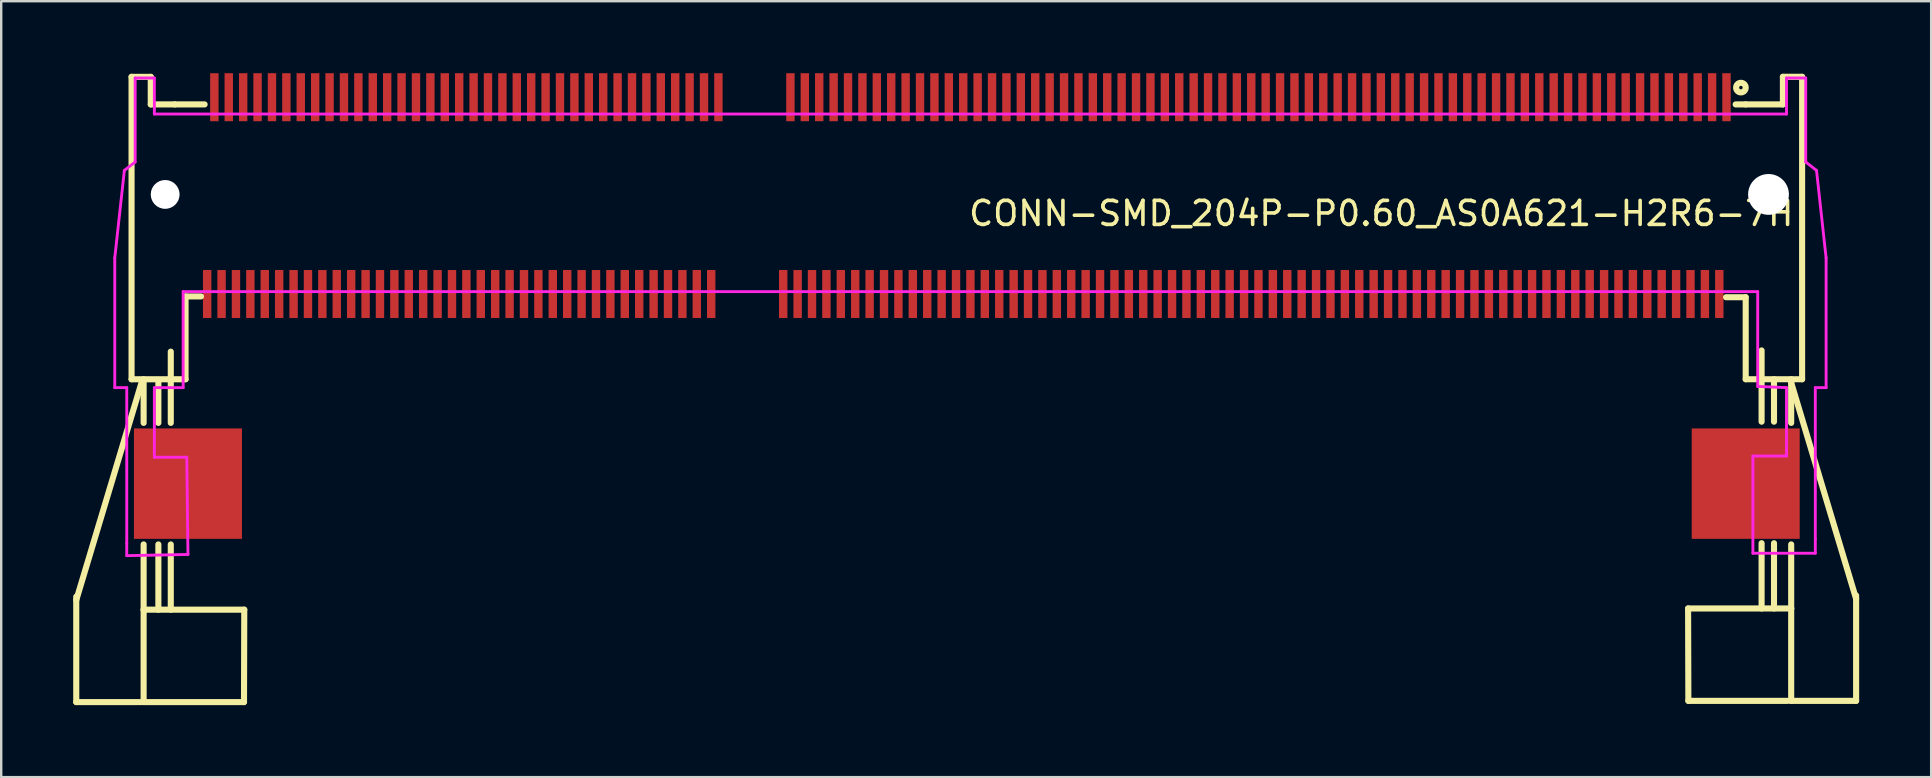
<source format=kicad_pcb>
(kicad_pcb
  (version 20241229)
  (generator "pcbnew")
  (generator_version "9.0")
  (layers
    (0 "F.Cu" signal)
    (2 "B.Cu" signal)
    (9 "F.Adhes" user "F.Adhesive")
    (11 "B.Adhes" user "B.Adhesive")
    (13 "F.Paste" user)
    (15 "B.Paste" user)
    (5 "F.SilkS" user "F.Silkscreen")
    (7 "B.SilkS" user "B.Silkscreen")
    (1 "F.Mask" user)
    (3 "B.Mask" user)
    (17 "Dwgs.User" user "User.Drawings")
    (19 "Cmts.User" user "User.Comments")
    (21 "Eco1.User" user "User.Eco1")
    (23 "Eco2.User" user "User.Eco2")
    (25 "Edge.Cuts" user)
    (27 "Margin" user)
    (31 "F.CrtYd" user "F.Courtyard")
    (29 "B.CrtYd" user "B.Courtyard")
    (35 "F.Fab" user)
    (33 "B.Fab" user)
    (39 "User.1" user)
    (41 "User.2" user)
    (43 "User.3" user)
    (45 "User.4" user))
  (footprint "CONN-SMD_204P-P0.60_AS0A621-H2R6-7H"
    (layer "F.Cu")
    (at 37.231 9.05)
    (property "Reference" "CONN-SMD_204P-P0.60_AS0A621-H2R6-7H" (at 0 -3.207 0) (layer "F.SilkS") (effects (font (size 1 1) (thickness 0.15)) (justify left)))
    (attr through_hole)
    (fp_line (start -37.104 12.901) (end -34.4 3.895) (stroke (width 0.254) (type solid)) (layer "F.SilkS"))
    (fp_line (start -37.104 17.151) (end -37.104 12.76) (stroke (width 0.254) (type solid)) (layer "F.SilkS"))
    (fp_line (start -37.104 17.151) (end -34.382 17.151) (stroke (width 0.254) (type solid)) (layer "F.SilkS"))
    (fp_line (start -34.8 -8.899) (end -34 -8.899) (stroke (width 0.254) (type solid)) (layer "F.SilkS"))
    (fp_line (start -34.8 3.701) (end -34.8 -8.899) (stroke (width 0.254) (type solid)) (layer "F.SilkS"))
    (fp_line (start -34.8 3.701) (end -32.55 3.701) (stroke (width 0.254) (type solid)) (layer "F.SilkS"))
    (fp_line (start -34.297 5.519) (end -34.297 3.701) (stroke (width 0.254) (type solid)) (layer "F.SilkS"))
    (fp_line (start -34.297 13.301) (end -34.297 10.581) (stroke (width 0.254) (type solid)) (layer "F.SilkS"))
    (fp_line (start -34.297 13.301) (end -34.297 17.151) (stroke (width 0.254) (type solid)) (layer "F.SilkS"))
    (fp_line (start -34.281 17.151) (end -30.115 17.151) (stroke (width 0.254) (type solid)) (layer "F.SilkS"))
    (fp_line (start -34 -8.899) (end -34 -7.75) (stroke (width 0.254) (type solid)) (layer "F.SilkS"))
    (fp_line (start -34 -7.75) (end -33 -7.75) (stroke (width 0.254) (type solid)) (layer "F.SilkS"))
    (fp_line (start -33.683 5.519) (end -33.683 3.75) (stroke (width 0.254) (type solid)) (layer "F.SilkS"))
    (fp_line (start -33.683 13.301) (end -33.683 10.582) (stroke (width 0.254) (type solid)) (layer "F.SilkS"))
    (fp_line (start -33.166 5.519) (end -33.166 2.55) (stroke (width 0.254) (type solid)) (layer "F.SilkS"))
    (fp_line (start -33.166 13.301) (end -33.166 10.582) (stroke (width 0.254) (type solid)) (layer "F.SilkS"))
    (fp_line (start -33 -7.75) (end -31.756 -7.75) (stroke (width 0.254) (type solid)) (layer "F.SilkS"))
    (fp_line (start -32.55 0.25) (end -31.906 0.25) (stroke (width 0.254) (type solid)) (layer "F.SilkS"))
    (fp_line (start -32.55 3.701) (end -32.55 0.25) (stroke (width 0.254) (type solid)) (layer "F.SilkS"))
    (fp_line (start -30.115 17.151) (end -30.104 13.301) (stroke (width 0.254) (type solid)) (layer "F.SilkS"))
    (fp_line (start -30.104 13.301) (end -34.297 13.301) (stroke (width 0.254) (type solid)) (layer "F.SilkS"))
    (fp_line (start 30.05 13.25) (end 34.345 13.25) (stroke (width 0.254) (type solid)) (layer "F.SilkS"))
    (fp_line (start 30.061 17.1) (end 30.05 13.25) (stroke (width 0.254) (type solid)) (layer "F.SilkS"))
    (fp_line (start 30.061 17.1) (end 34.2 17.1) (stroke (width 0.254) (type solid)) (layer "F.SilkS"))
    (fp_line (start 32.45 -7.75) (end 32.031 -7.75) (stroke (width 0.254) (type solid)) (layer "F.SilkS"))
    (fp_line (start 32.45 0.283) (end 31.631 0.283) (stroke (width 0.254) (type solid)) (layer "F.SilkS"))
    (fp_line (start 32.45 0.283) (end 32.45 3.7) (stroke (width 0.254) (type solid)) (layer "F.SilkS"))
    (fp_line (start 33.112 5.469) (end 33.112 2.5) (stroke (width 0.254) (type solid)) (layer "F.SilkS"))
    (fp_line (start 33.112 13.25) (end 33.112 10.531) (stroke (width 0.254) (type solid)) (layer "F.SilkS"))
    (fp_line (start 33.629 5.469) (end 33.629 3.7) (stroke (width 0.254) (type solid)) (layer "F.SilkS"))
    (fp_line (start 33.629 13.25) (end 33.629 10.531) (stroke (width 0.254) (type solid)) (layer "F.SilkS"))
    (fp_line (start 34 -8.9) (end 34 -7.75) (stroke (width 0.254) (type solid)) (layer "F.SilkS"))
    (fp_line (start 34 -7.75) (end 32.45 -7.75) (stroke (width 0.254) (type solid)) (layer "F.SilkS"))
    (fp_line (start 34.345 5.519) (end 34.345 3.7) (stroke (width 0.254) (type solid)) (layer "F.SilkS"))
    (fp_line (start 34.345 13.25) (end 34.345 10.581) (stroke (width 0.254) (type solid)) (layer "F.SilkS"))
    (fp_line (start 34.345 13.25) (end 34.345 17.1) (stroke (width 0.254) (type solid)) (layer "F.SilkS"))
    (fp_line (start 34.8 -8.9) (end 34 -8.9) (stroke (width 0.254) (type solid)) (layer "F.SilkS"))
    (fp_line (start 34.8 3.7) (end 32.45 3.7) (stroke (width 0.254) (type solid)) (layer "F.SilkS"))
    (fp_line (start 34.8 3.7) (end 34.8 -8.9) (stroke (width 0.254) (type solid)) (layer "F.SilkS"))
    (fp_line (start 37.05 12.85) (end 34.345 3.845) (stroke (width 0.254) (type solid)) (layer "F.SilkS"))
    (fp_line (start 37.05 17.1) (end 34.328 17.1) (stroke (width 0.254) (type solid)) (layer "F.SilkS"))
    (fp_line (start 37.05 17.1) (end 37.05 12.71) (stroke (width 0.254) (type solid)) (layer "F.SilkS"))
    (fp_circle (center 32.25 -8.45) (end 32.45 -8.45) (stroke (width 0.254) (type solid)) (fill no) (layer "F.SilkS"))
    (fp_circle (center -33.4 -4) (end -33.125 -4) (stroke (width 0.55) (type solid)) (fill no) (layer "Dwgs.User"))
    (fp_circle (center 33.4 -4) (end 33.8 -4) (stroke (width 0.8) (type solid)) (fill no) (layer "Dwgs.User"))
    (fp_circle (center 35.8 -8.85) (end 35.83 -8.85) (stroke (width 0.06) (type solid)) (fill no) (layer "Eco2.User"))
    (fp_poly (pts (xy -34.25 6.55) (xy -32.25 6.55) (xy -32.25 9.55) (xy -34.25 9.55)) (stroke (width 0.12) (type solid)) (fill no) (layer "Eco2.User"))
    (fp_poly (pts (xy -31.55 0.65) (xy -31.75 0.65) (xy -31.75 -0.85) (xy -31.55 -0.85)) (stroke (width 0.12) (type solid)) (fill no) (layer "Eco2.User"))
    (fp_poly (pts (xy -31.25 -7.25) (xy -31.45 -7.25) (xy -31.45 -8.85) (xy -31.25 -8.85)) (stroke (width 0.12) (type solid)) (fill no) (layer "Eco2.User"))
    (fp_poly (pts (xy -30.95 0.65) (xy -31.15 0.65) (xy -31.15 -0.85) (xy -30.95 -0.85)) (stroke (width 0.12) (type solid)) (fill no) (layer "Eco2.User"))
    (fp_poly (pts (xy -30.65 -7.25) (xy -30.85 -7.25) (xy -30.85 -8.85) (xy -30.65 -8.85)) (stroke (width 0.12) (type solid)) (fill no) (layer "Eco2.User"))
    (fp_poly (pts (xy -30.35 0.65) (xy -30.55 0.65) (xy -30.55 -0.85) (xy -30.35 -0.85)) (stroke (width 0.12) (type solid)) (fill no) (layer "Eco2.User"))
    (fp_poly (pts (xy -30.05 -7.25) (xy -30.25 -7.25) (xy -30.25 -8.85) (xy -30.05 -8.85)) (stroke (width 0.12) (type solid)) (fill no) (layer "Eco2.User"))
    (fp_poly (pts (xy -29.75 0.65) (xy -29.95 0.65) (xy -29.95 -0.85) (xy -29.75 -0.85)) (stroke (width 0.12) (type solid)) (fill no) (layer "Eco2.User"))
    (fp_poly (pts (xy -29.45 -7.25) (xy -29.65 -7.25) (xy -29.65 -8.85) (xy -29.45 -8.85)) (stroke (width 0.12) (type solid)) (fill no) (layer "Eco2.User"))
    (fp_poly (pts (xy -29.15 0.65) (xy -29.35 0.65) (xy -29.35 -0.85) (xy -29.15 -0.85)) (stroke (width 0.12) (type solid)) (fill no) (layer "Eco2.User"))
    (fp_poly (pts (xy -28.85 -7.25) (xy -29.05 -7.25) (xy -29.05 -8.85) (xy -28.85 -8.85)) (stroke (width 0.12) (type solid)) (fill no) (layer "Eco2.User"))
    (fp_poly (pts (xy -28.55 0.65) (xy -28.75 0.65) (xy -28.75 -0.85) (xy -28.55 -0.85)) (stroke (width 0.12) (type solid)) (fill no) (layer "Eco2.User"))
    (fp_poly (pts (xy -28.25 -7.25) (xy -28.45 -7.25) (xy -28.45 -8.85) (xy -28.25 -8.85)) (stroke (width 0.12) (type solid)) (fill no) (layer "Eco2.User"))
    (fp_poly (pts (xy -27.95 0.65) (xy -28.15 0.65) (xy -28.15 -0.85) (xy -27.95 -0.85)) (stroke (width 0.12) (type solid)) (fill no) (layer "Eco2.User"))
    (fp_poly (pts (xy -27.65 -7.25) (xy -27.85 -7.25) (xy -27.85 -8.85) (xy -27.65 -8.85)) (stroke (width 0.12) (type solid)) (fill no) (layer "Eco2.User"))
    (fp_poly (pts (xy -27.35 0.65) (xy -27.55 0.65) (xy -27.55 -0.85) (xy -27.35 -0.85)) (stroke (width 0.12) (type solid)) (fill no) (layer "Eco2.User"))
    (fp_poly (pts (xy -27.05 -7.25) (xy -27.25 -7.25) (xy -27.25 -8.85) (xy -27.05 -8.85)) (stroke (width 0.12) (type solid)) (fill no) (layer "Eco2.User"))
    (fp_poly (pts (xy -26.75 0.65) (xy -26.95 0.65) (xy -26.95 -0.85) (xy -26.75 -0.85)) (stroke (width 0.12) (type solid)) (fill no) (layer "Eco2.User"))
    (fp_poly (pts (xy -26.45 -7.25) (xy -26.65 -7.25) (xy -26.65 -8.85) (xy -26.45 -8.85)) (stroke (width 0.12) (type solid)) (fill no) (layer "Eco2.User"))
    (fp_poly (pts (xy -26.15 0.65) (xy -26.35 0.65) (xy -26.35 -0.85) (xy -26.15 -0.85)) (stroke (width 0.12) (type solid)) (fill no) (layer "Eco2.User"))
    (fp_poly (pts (xy -25.85 -7.25) (xy -26.05 -7.25) (xy -26.05 -8.85) (xy -25.85 -8.85)) (stroke (width 0.12) (type solid)) (fill no) (layer "Eco2.User"))
    (fp_poly (pts (xy -25.55 0.65) (xy -25.75 0.65) (xy -25.75 -0.85) (xy -25.55 -0.85)) (stroke (width 0.12) (type solid)) (fill no) (layer "Eco2.User"))
    (fp_poly (pts (xy -25.25 -7.25) (xy -25.45 -7.25) (xy -25.45 -8.85) (xy -25.25 -8.85)) (stroke (width 0.12) (type solid)) (fill no) (layer "Eco2.User"))
    (fp_poly (pts (xy -24.95 0.65) (xy -25.15 0.65) (xy -25.15 -0.85) (xy -24.95 -0.85)) (stroke (width 0.12) (type solid)) (fill no) (layer "Eco2.User"))
    (fp_poly (pts (xy -24.65 -7.25) (xy -24.85 -7.25) (xy -24.85 -8.85) (xy -24.65 -8.85)) (stroke (width 0.12) (type solid)) (fill no) (layer "Eco2.User"))
    (fp_poly (pts (xy -24.35 0.65) (xy -24.55 0.65) (xy -24.55 -0.85) (xy -24.35 -0.85)) (stroke (width 0.12) (type solid)) (fill no) (layer "Eco2.User"))
    (fp_poly (pts (xy -24.05 -7.25) (xy -24.25 -7.25) (xy -24.25 -8.85) (xy -24.05 -8.85)) (stroke (width 0.12) (type solid)) (fill no) (layer "Eco2.User"))
    (fp_poly (pts (xy -23.75 0.65) (xy -23.95 0.65) (xy -23.95 -0.85) (xy -23.75 -0.85)) (stroke (width 0.12) (type solid)) (fill no) (layer "Eco2.User"))
    (fp_poly (pts (xy -23.45 -7.25) (xy -23.65 -7.25) (xy -23.65 -8.85) (xy -23.45 -8.85)) (stroke (width 0.12) (type solid)) (fill no) (layer "Eco2.User"))
    (fp_poly (pts (xy -23.15 0.65) (xy -23.35 0.65) (xy -23.35 -0.85) (xy -23.15 -0.85)) (stroke (width 0.12) (type solid)) (fill no) (layer "Eco2.User"))
    (fp_poly (pts (xy -22.85 -7.25) (xy -23.05 -7.25) (xy -23.05 -8.85) (xy -22.85 -8.85)) (stroke (width 0.12) (type solid)) (fill no) (layer "Eco2.User"))
    (fp_poly (pts (xy -22.55 0.65) (xy -22.75 0.65) (xy -22.75 -0.85) (xy -22.55 -0.85)) (stroke (width 0.12) (type solid)) (fill no) (layer "Eco2.User"))
    (fp_poly (pts (xy -22.25 -7.25) (xy -22.45 -7.25) (xy -22.45 -8.85) (xy -22.25 -8.85)) (stroke (width 0.12) (type solid)) (fill no) (layer "Eco2.User"))
    (fp_poly (pts (xy -21.95 0.65) (xy -22.15 0.65) (xy -22.15 -0.85) (xy -21.95 -0.85)) (stroke (width 0.12) (type solid)) (fill no) (layer "Eco2.User"))
    (fp_poly (pts (xy -21.65 -7.25) (xy -21.85 -7.25) (xy -21.85 -8.85) (xy -21.65 -8.85)) (stroke (width 0.12) (type solid)) (fill no) (layer "Eco2.User"))
    (fp_poly (pts (xy -21.35 0.65) (xy -21.55 0.65) (xy -21.55 -0.85) (xy -21.35 -0.85)) (stroke (width 0.12) (type solid)) (fill no) (layer "Eco2.User"))
    (fp_poly (pts (xy -21.05 -7.25) (xy -21.25 -7.25) (xy -21.25 -8.85) (xy -21.05 -8.85)) (stroke (width 0.12) (type solid)) (fill no) (layer "Eco2.User"))
    (fp_poly (pts (xy -20.75 0.65) (xy -20.95 0.65) (xy -20.95 -0.85) (xy -20.75 -0.85)) (stroke (width 0.12) (type solid)) (fill no) (layer "Eco2.User"))
    (fp_poly (pts (xy -20.45 -7.25) (xy -20.65 -7.25) (xy -20.65 -8.85) (xy -20.45 -8.85)) (stroke (width 0.12) (type solid)) (fill no) (layer "Eco2.User"))
    (fp_poly (pts (xy -20.15 0.65) (xy -20.35 0.65) (xy -20.35 -0.85) (xy -20.15 -0.85)) (stroke (width 0.12) (type solid)) (fill no) (layer "Eco2.User"))
    (fp_poly (pts (xy -19.85 -7.25) (xy -20.05 -7.25) (xy -20.05 -8.85) (xy -19.85 -8.85)) (stroke (width 0.12) (type solid)) (fill no) (layer "Eco2.User"))
    (fp_poly (pts (xy -19.55 0.65) (xy -19.75 0.65) (xy -19.75 -0.85) (xy -19.55 -0.85)) (stroke (width 0.12) (type solid)) (fill no) (layer "Eco2.User"))
    (fp_poly (pts (xy -19.25 -7.25) (xy -19.45 -7.25) (xy -19.45 -8.85) (xy -19.25 -8.85)) (stroke (width 0.12) (type solid)) (fill no) (layer "Eco2.User"))
    (fp_poly (pts (xy -18.95 0.65) (xy -19.15 0.65) (xy -19.15 -0.85) (xy -18.95 -0.85)) (stroke (width 0.12) (type solid)) (fill no) (layer "Eco2.User"))
    (fp_poly (pts (xy -18.65 -7.25) (xy -18.85 -7.25) (xy -18.85 -8.85) (xy -18.65 -8.85)) (stroke (width 0.12) (type solid)) (fill no) (layer "Eco2.User"))
    (fp_poly (pts (xy -18.35 0.65) (xy -18.55 0.65) (xy -18.55 -0.85) (xy -18.35 -0.85)) (stroke (width 0.12) (type solid)) (fill no) (layer "Eco2.User"))
    (fp_poly (pts (xy -18.05 -7.25) (xy -18.25 -7.25) (xy -18.25 -8.85) (xy -18.05 -8.85)) (stroke (width 0.12) (type solid)) (fill no) (layer "Eco2.User"))
    (fp_poly (pts (xy -17.75 0.65) (xy -17.95 0.65) (xy -17.95 -0.85) (xy -17.75 -0.85)) (stroke (width 0.12) (type solid)) (fill no) (layer "Eco2.User"))
    (fp_poly (pts (xy -17.45 -7.25) (xy -17.65 -7.25) (xy -17.65 -8.85) (xy -17.45 -8.85)) (stroke (width 0.12) (type solid)) (fill no) (layer "Eco2.User"))
    (fp_poly (pts (xy -17.15 0.65) (xy -17.35 0.65) (xy -17.35 -0.85) (xy -17.15 -0.85)) (stroke (width 0.12) (type solid)) (fill no) (layer "Eco2.User"))
    (fp_poly (pts (xy -16.85 -7.25) (xy -17.05 -7.25) (xy -17.05 -8.85) (xy -16.85 -8.85)) (stroke (width 0.12) (type solid)) (fill no) (layer "Eco2.User"))
    (fp_poly (pts (xy -16.55 0.65) (xy -16.75 0.65) (xy -16.75 -0.85) (xy -16.55 -0.85)) (stroke (width 0.12) (type solid)) (fill no) (layer "Eco2.User"))
    (fp_poly (pts (xy -16.25 -7.25) (xy -16.45 -7.25) (xy -16.45 -8.85) (xy -16.25 -8.85)) (stroke (width 0.12) (type solid)) (fill no) (layer "Eco2.User"))
    (fp_poly (pts (xy -15.95 0.65) (xy -16.15 0.65) (xy -16.15 -0.85) (xy -15.95 -0.85)) (stroke (width 0.12) (type solid)) (fill no) (layer "Eco2.User"))
    (fp_poly (pts (xy -15.65 -7.25) (xy -15.85 -7.25) (xy -15.85 -8.85) (xy -15.65 -8.85)) (stroke (width 0.12) (type solid)) (fill no) (layer "Eco2.User"))
    (fp_poly (pts (xy -15.35 0.65) (xy -15.55 0.65) (xy -15.55 -0.85) (xy -15.35 -0.85)) (stroke (width 0.12) (type solid)) (fill no) (layer "Eco2.User"))
    (fp_poly (pts (xy -15.05 -7.25) (xy -15.25 -7.25) (xy -15.25 -8.85) (xy -15.05 -8.85)) (stroke (width 0.12) (type solid)) (fill no) (layer "Eco2.User"))
    (fp_poly (pts (xy -14.75 0.65) (xy -14.95 0.65) (xy -14.95 -0.85) (xy -14.75 -0.85)) (stroke (width 0.12) (type solid)) (fill no) (layer "Eco2.User"))
    (fp_poly (pts (xy -14.45 -7.25) (xy -14.65 -7.25) (xy -14.65 -8.85) (xy -14.45 -8.85)) (stroke (width 0.12) (type solid)) (fill no) (layer "Eco2.User"))
    (fp_poly (pts (xy -14.15 0.65) (xy -14.35 0.65) (xy -14.35 -0.85) (xy -14.15 -0.85)) (stroke (width 0.12) (type solid)) (fill no) (layer "Eco2.User"))
    (fp_poly (pts (xy -13.85 -7.25) (xy -14.05 -7.25) (xy -14.05 -8.85) (xy -13.85 -8.85)) (stroke (width 0.12) (type solid)) (fill no) (layer "Eco2.User"))
    (fp_poly (pts (xy -13.55 0.65) (xy -13.75 0.65) (xy -13.75 -0.85) (xy -13.55 -0.85)) (stroke (width 0.12) (type solid)) (fill no) (layer "Eco2.User"))
    (fp_poly (pts (xy -13.25 -7.25) (xy -13.45 -7.25) (xy -13.45 -8.85) (xy -13.25 -8.85)) (stroke (width 0.12) (type solid)) (fill no) (layer "Eco2.User"))
    (fp_poly (pts (xy -12.95 0.65) (xy -13.15 0.65) (xy -13.15 -0.85) (xy -12.95 -0.85)) (stroke (width 0.12) (type solid)) (fill no) (layer "Eco2.User"))
    (fp_poly (pts (xy -12.65 -7.25) (xy -12.85 -7.25) (xy -12.85 -8.85) (xy -12.65 -8.85)) (stroke (width 0.12) (type solid)) (fill no) (layer "Eco2.User"))
    (fp_poly (pts (xy -12.35 0.65) (xy -12.55 0.65) (xy -12.55 -0.85) (xy -12.35 -0.85)) (stroke (width 0.12) (type solid)) (fill no) (layer "Eco2.User"))
    (fp_poly (pts (xy -12.05 -7.25) (xy -12.25 -7.25) (xy -12.25 -8.85) (xy -12.05 -8.85)) (stroke (width 0.12) (type solid)) (fill no) (layer "Eco2.User"))
    (fp_poly (pts (xy -11.75 0.65) (xy -11.95 0.65) (xy -11.95 -0.85) (xy -11.75 -0.85)) (stroke (width 0.12) (type solid)) (fill no) (layer "Eco2.User"))
    (fp_poly (pts (xy -11.45 -7.25) (xy -11.65 -7.25) (xy -11.65 -8.85) (xy -11.45 -8.85)) (stroke (width 0.12) (type solid)) (fill no) (layer "Eco2.User"))
    (fp_poly (pts (xy -11.15 0.65) (xy -11.35 0.65) (xy -11.35 -0.85) (xy -11.15 -0.85)) (stroke (width 0.12) (type solid)) (fill no) (layer "Eco2.User"))
    (fp_poly (pts (xy -10.85 -7.25) (xy -11.05 -7.25) (xy -11.05 -8.85) (xy -10.85 -8.85)) (stroke (width 0.12) (type solid)) (fill no) (layer "Eco2.User"))
    (fp_poly (pts (xy -10.55 0.65) (xy -10.75 0.65) (xy -10.75 -0.85) (xy -10.55 -0.85)) (stroke (width 0.12) (type solid)) (fill no) (layer "Eco2.User"))
    (fp_poly (pts (xy -10.25 -7.25) (xy -10.45 -7.25) (xy -10.45 -8.85) (xy -10.25 -8.85)) (stroke (width 0.12) (type solid)) (fill no) (layer "Eco2.User"))
    (fp_poly (pts (xy -7.55 0.65) (xy -7.75 0.65) (xy -7.75 -0.85) (xy -7.55 -0.85)) (stroke (width 0.12) (type solid)) (fill no) (layer "Eco2.User"))
    (fp_poly (pts (xy -7.25 -7.25) (xy -7.45 -7.25) (xy -7.45 -8.85) (xy -7.25 -8.85)) (stroke (width 0.12) (type solid)) (fill no) (layer "Eco2.User"))
    (fp_poly (pts (xy -6.95 0.65) (xy -7.15 0.65) (xy -7.15 -0.85) (xy -6.95 -0.85)) (stroke (width 0.12) (type solid)) (fill no) (layer "Eco2.User"))
    (fp_poly (pts (xy -6.65 -7.25) (xy -6.85 -7.25) (xy -6.85 -8.85) (xy -6.65 -8.85)) (stroke (width 0.12) (type solid)) (fill no) (layer "Eco2.User"))
    (fp_poly (pts (xy -6.35 0.65) (xy -6.55 0.65) (xy -6.55 -0.85) (xy -6.35 -0.85)) (stroke (width 0.12) (type solid)) (fill no) (layer "Eco2.User"))
    (fp_poly (pts (xy -6.05 -7.25) (xy -6.25 -7.25) (xy -6.25 -8.85) (xy -6.05 -8.85)) (stroke (width 0.12) (type solid)) (fill no) (layer "Eco2.User"))
    (fp_poly (pts (xy -5.75 0.65) (xy -5.95 0.65) (xy -5.95 -0.85) (xy -5.75 -0.85)) (stroke (width 0.12) (type solid)) (fill no) (layer "Eco2.User"))
    (fp_poly (pts (xy -5.45 -7.25) (xy -5.65 -7.25) (xy -5.65 -8.85) (xy -5.45 -8.85)) (stroke (width 0.12) (type solid)) (fill no) (layer "Eco2.User"))
    (fp_poly (pts (xy -5.15 0.65) (xy -5.35 0.65) (xy -5.35 -0.85) (xy -5.15 -0.85)) (stroke (width 0.12) (type solid)) (fill no) (layer "Eco2.User"))
    (fp_poly (pts (xy -4.85 -7.25) (xy -5.05 -7.25) (xy -5.05 -8.85) (xy -4.85 -8.85)) (stroke (width 0.12) (type solid)) (fill no) (layer "Eco2.User"))
    (fp_poly (pts (xy -4.55 0.65) (xy -4.75 0.65) (xy -4.75 -0.85) (xy -4.55 -0.85)) (stroke (width 0.12) (type solid)) (fill no) (layer "Eco2.User"))
    (fp_poly (pts (xy -4.25 -7.25) (xy -4.45 -7.25) (xy -4.45 -8.85) (xy -4.25 -8.85)) (stroke (width 0.12) (type solid)) (fill no) (layer "Eco2.User"))
    (fp_poly (pts (xy -3.95 0.65) (xy -4.15 0.65) (xy -4.15 -0.85) (xy -3.95 -0.85)) (stroke (width 0.12) (type solid)) (fill no) (layer "Eco2.User"))
    (fp_poly (pts (xy -3.65 -7.25) (xy -3.85 -7.25) (xy -3.85 -8.85) (xy -3.65 -8.85)) (stroke (width 0.12) (type solid)) (fill no) (layer "Eco2.User"))
    (fp_poly (pts (xy -3.35 0.65) (xy -3.55 0.65) (xy -3.55 -0.85) (xy -3.35 -0.85)) (stroke (width 0.12) (type solid)) (fill no) (layer "Eco2.User"))
    (fp_poly (pts (xy -3.05 -7.25) (xy -3.25 -7.25) (xy -3.25 -8.85) (xy -3.05 -8.85)) (stroke (width 0.12) (type solid)) (fill no) (layer "Eco2.User"))
    (fp_poly (pts (xy -2.75 0.65) (xy -2.95 0.65) (xy -2.95 -0.85) (xy -2.75 -0.85)) (stroke (width 0.12) (type solid)) (fill no) (layer "Eco2.User"))
    (fp_poly (pts (xy -2.45 -7.25) (xy -2.65 -7.25) (xy -2.65 -8.85) (xy -2.45 -8.85)) (stroke (width 0.12) (type solid)) (fill no) (layer "Eco2.User"))
    (fp_poly (pts (xy -2.15 0.65) (xy -2.35 0.65) (xy -2.35 -0.85) (xy -2.15 -0.85)) (stroke (width 0.12) (type solid)) (fill no) (layer "Eco2.User"))
    (fp_poly (pts (xy -1.85 -7.25) (xy -2.05 -7.25) (xy -2.05 -8.85) (xy -1.85 -8.85)) (stroke (width 0.12) (type solid)) (fill no) (layer "Eco2.User"))
    (fp_poly (pts (xy -1.55 0.65) (xy -1.75 0.65) (xy -1.75 -0.85) (xy -1.55 -0.85)) (stroke (width 0.12) (type solid)) (fill no) (layer "Eco2.User"))
    (fp_poly (pts (xy -1.25 -7.25) (xy -1.45 -7.25) (xy -1.45 -8.85) (xy -1.25 -8.85)) (stroke (width 0.12) (type solid)) (fill no) (layer "Eco2.User"))
    (fp_poly (pts (xy -0.95 0.65) (xy -1.15 0.65) (xy -1.15 -0.85) (xy -0.95 -0.85)) (stroke (width 0.12) (type solid)) (fill no) (layer "Eco2.User"))
    (fp_poly (pts (xy -0.65 -7.25) (xy -0.85 -7.25) (xy -0.85 -8.85) (xy -0.65 -8.85)) (stroke (width 0.12) (type solid)) (fill no) (layer "Eco2.User"))
    (fp_poly (pts (xy -0.35 0.65) (xy -0.55 0.65) (xy -0.55 -0.85) (xy -0.35 -0.85)) (stroke (width 0.12) (type solid)) (fill no) (layer "Eco2.User"))
    (fp_poly (pts (xy -0.05 -7.25) (xy -0.25 -7.25) (xy -0.25 -8.85) (xy -0.05 -8.85)) (stroke (width 0.12) (type solid)) (fill no) (layer "Eco2.User"))
    (fp_poly (pts (xy 0.25 0.65) (xy 0.05 0.65) (xy 0.05 -0.85) (xy 0.25 -0.85)) (stroke (width 0.12) (type solid)) (fill no) (layer "Eco2.User"))
    (fp_poly (pts (xy 0.55 -7.25) (xy 0.35 -7.25) (xy 0.35 -8.85) (xy 0.55 -8.85)) (stroke (width 0.12) (type solid)) (fill no) (layer "Eco2.User"))
    (fp_poly (pts (xy 0.85 0.65) (xy 0.65 0.65) (xy 0.65 -0.85) (xy 0.85 -0.85)) (stroke (width 0.12) (type solid)) (fill no) (layer "Eco2.User"))
    (fp_poly (pts (xy 1.15 -7.25) (xy 0.95 -7.25) (xy 0.95 -8.85) (xy 1.15 -8.85)) (stroke (width 0.12) (type solid)) (fill no) (layer "Eco2.User"))
    (fp_poly (pts (xy 1.45 0.65) (xy 1.25 0.65) (xy 1.25 -0.85) (xy 1.45 -0.85)) (stroke (width 0.12) (type solid)) (fill no) (layer "Eco2.User"))
    (fp_poly (pts (xy 1.75 -7.25) (xy 1.55 -7.25) (xy 1.55 -8.85) (xy 1.75 -8.85)) (stroke (width 0.12) (type solid)) (fill no) (layer "Eco2.User"))
    (fp_poly (pts (xy 2.05 0.65) (xy 1.85 0.65) (xy 1.85 -0.85) (xy 2.05 -0.85)) (stroke (width 0.12) (type solid)) (fill no) (layer "Eco2.User"))
    (fp_poly (pts (xy 2.35 -7.25) (xy 2.15 -7.25) (xy 2.15 -8.85) (xy 2.35 -8.85)) (stroke (width 0.12) (type solid)) (fill no) (layer "Eco2.User"))
    (fp_poly (pts (xy 2.65 0.65) (xy 2.45 0.65) (xy 2.45 -0.85) (xy 2.65 -0.85)) (stroke (width 0.12) (type solid)) (fill no) (layer "Eco2.User"))
    (fp_poly (pts (xy 2.95 -7.25) (xy 2.75 -7.25) (xy 2.75 -8.85) (xy 2.95 -8.85)) (stroke (width 0.12) (type solid)) (fill no) (layer "Eco2.User"))
    (fp_poly (pts (xy 3.25 0.65) (xy 3.05 0.65) (xy 3.05 -0.85) (xy 3.25 -0.85)) (stroke (width 0.12) (type solid)) (fill no) (layer "Eco2.User"))
    (fp_poly (pts (xy 3.55 -7.25) (xy 3.35 -7.25) (xy 3.35 -8.85) (xy 3.55 -8.85)) (stroke (width 0.12) (type solid)) (fill no) (layer "Eco2.User"))
    (fp_poly (pts (xy 3.85 0.65) (xy 3.65 0.65) (xy 3.65 -0.85) (xy 3.85 -0.85)) (stroke (width 0.12) (type solid)) (fill no) (layer "Eco2.User"))
    (fp_poly (pts (xy 4.15 -7.25) (xy 3.95 -7.25) (xy 3.95 -8.85) (xy 4.15 -8.85)) (stroke (width 0.12) (type solid)) (fill no) (layer "Eco2.User"))
    (fp_poly (pts (xy 4.45 0.65) (xy 4.25 0.65) (xy 4.25 -0.85) (xy 4.45 -0.85)) (stroke (width 0.12) (type solid)) (fill no) (layer "Eco2.User"))
    (fp_poly (pts (xy 4.75 -7.25) (xy 4.55 -7.25) (xy 4.55 -8.85) (xy 4.75 -8.85)) (stroke (width 0.12) (type solid)) (fill no) (layer "Eco2.User"))
    (fp_poly (pts (xy 5.05 0.65) (xy 4.85 0.65) (xy 4.85 -0.85) (xy 5.05 -0.85)) (stroke (width 0.12) (type solid)) (fill no) (layer "Eco2.User"))
    (fp_poly (pts (xy 5.35 -7.25) (xy 5.15 -7.25) (xy 5.15 -8.85) (xy 5.35 -8.85)) (stroke (width 0.12) (type solid)) (fill no) (layer "Eco2.User"))
    (fp_poly (pts (xy 5.65 0.65) (xy 5.45 0.65) (xy 5.45 -0.85) (xy 5.65 -0.85)) (stroke (width 0.12) (type solid)) (fill no) (layer "Eco2.User"))
    (fp_poly (pts (xy 5.95 -7.25) (xy 5.75 -7.25) (xy 5.75 -8.85) (xy 5.95 -8.85)) (stroke (width 0.12) (type solid)) (fill no) (layer "Eco2.User"))
    (fp_poly (pts (xy 6.25 0.65) (xy 6.05 0.65) (xy 6.05 -0.85) (xy 6.25 -0.85)) (stroke (width 0.12) (type solid)) (fill no) (layer "Eco2.User"))
    (fp_poly (pts (xy 6.55 -7.25) (xy 6.35 -7.25) (xy 6.35 -8.85) (xy 6.55 -8.85)) (stroke (width 0.12) (type solid)) (fill no) (layer "Eco2.User"))
    (fp_poly (pts (xy 6.85 0.65) (xy 6.65 0.65) (xy 6.65 -0.85) (xy 6.85 -0.85)) (stroke (width 0.12) (type solid)) (fill no) (layer "Eco2.User"))
    (fp_poly (pts (xy 7.15 -7.25) (xy 6.95 -7.25) (xy 6.95 -8.85) (xy 7.15 -8.85)) (stroke (width 0.12) (type solid)) (fill no) (layer "Eco2.User"))
    (fp_poly (pts (xy 7.45 0.65) (xy 7.25 0.65) (xy 7.25 -0.85) (xy 7.45 -0.85)) (stroke (width 0.12) (type solid)) (fill no) (layer "Eco2.User"))
    (fp_poly (pts (xy 7.75 -7.25) (xy 7.55 -7.25) (xy 7.55 -8.85) (xy 7.75 -8.85)) (stroke (width 0.12) (type solid)) (fill no) (layer "Eco2.User"))
    (fp_poly (pts (xy 8.05 0.65) (xy 7.85 0.65) (xy 7.85 -0.85) (xy 8.05 -0.85)) (stroke (width 0.12) (type solid)) (fill no) (layer "Eco2.User"))
    (fp_poly (pts (xy 8.35 -7.25) (xy 8.15 -7.25) (xy 8.15 -8.85) (xy 8.35 -8.85)) (stroke (width 0.12) (type solid)) (fill no) (layer "Eco2.User"))
    (fp_poly (pts (xy 8.65 0.65) (xy 8.45 0.65) (xy 8.45 -0.85) (xy 8.65 -0.85)) (stroke (width 0.12) (type solid)) (fill no) (layer "Eco2.User"))
    (fp_poly (pts (xy 8.95 -7.25) (xy 8.75 -7.25) (xy 8.75 -8.85) (xy 8.95 -8.85)) (stroke (width 0.12) (type solid)) (fill no) (layer "Eco2.User"))
    (fp_poly (pts (xy 9.25 0.65) (xy 9.05 0.65) (xy 9.05 -0.85) (xy 9.25 -0.85)) (stroke (width 0.12) (type solid)) (fill no) (layer "Eco2.User"))
    (fp_poly (pts (xy 9.55 -7.25) (xy 9.35 -7.25) (xy 9.35 -8.85) (xy 9.55 -8.85)) (stroke (width 0.12) (type solid)) (fill no) (layer "Eco2.User"))
    (fp_poly (pts (xy 9.85 0.65) (xy 9.65 0.65) (xy 9.65 -0.85) (xy 9.85 -0.85)) (stroke (width 0.12) (type solid)) (fill no) (layer "Eco2.User"))
    (fp_poly (pts (xy 10.15 -7.25) (xy 9.95 -7.25) (xy 9.95 -8.85) (xy 10.15 -8.85)) (stroke (width 0.12) (type solid)) (fill no) (layer "Eco2.User"))
    (fp_poly (pts (xy 10.45 0.65) (xy 10.25 0.65) (xy 10.25 -0.85) (xy 10.45 -0.85)) (stroke (width 0.12) (type solid)) (fill no) (layer "Eco2.User"))
    (fp_poly (pts (xy 10.75 -7.25) (xy 10.55 -7.25) (xy 10.55 -8.85) (xy 10.75 -8.85)) (stroke (width 0.12) (type solid)) (fill no) (layer "Eco2.User"))
    (fp_poly (pts (xy 11.05 0.65) (xy 10.85 0.65) (xy 10.85 -0.85) (xy 11.05 -0.85)) (stroke (width 0.12) (type solid)) (fill no) (layer "Eco2.User"))
    (fp_poly (pts (xy 11.35 -7.25) (xy 11.15 -7.25) (xy 11.15 -8.85) (xy 11.35 -8.85)) (stroke (width 0.12) (type solid)) (fill no) (layer "Eco2.User"))
    (fp_poly (pts (xy 11.65 0.65) (xy 11.45 0.65) (xy 11.45 -0.85) (xy 11.65 -0.85)) (stroke (width 0.12) (type solid)) (fill no) (layer "Eco2.User"))
    (fp_poly (pts (xy 11.95 -7.25) (xy 11.75 -7.25) (xy 11.75 -8.85) (xy 11.95 -8.85)) (stroke (width 0.12) (type solid)) (fill no) (layer "Eco2.User"))
    (fp_poly (pts (xy 12.25 0.65) (xy 12.05 0.65) (xy 12.05 -0.85) (xy 12.25 -0.85)) (stroke (width 0.12) (type solid)) (fill no) (layer "Eco2.User"))
    (fp_poly (pts (xy 12.55 -7.25) (xy 12.35 -7.25) (xy 12.35 -8.85) (xy 12.55 -8.85)) (stroke (width 0.12) (type solid)) (fill no) (layer "Eco2.User"))
    (fp_poly (pts (xy 12.85 0.65) (xy 12.65 0.65) (xy 12.65 -0.85) (xy 12.85 -0.85)) (stroke (width 0.12) (type solid)) (fill no) (layer "Eco2.User"))
    (fp_poly (pts (xy 13.15 -7.25) (xy 12.95 -7.25) (xy 12.95 -8.85) (xy 13.15 -8.85)) (stroke (width 0.12) (type solid)) (fill no) (layer "Eco2.User"))
    (fp_poly (pts (xy 13.45 0.65) (xy 13.25 0.65) (xy 13.25 -0.85) (xy 13.45 -0.85)) (stroke (width 0.12) (type solid)) (fill no) (layer "Eco2.User"))
    (fp_poly (pts (xy 13.75 -7.25) (xy 13.55 -7.25) (xy 13.55 -8.85) (xy 13.75 -8.85)) (stroke (width 0.12) (type solid)) (fill no) (layer "Eco2.User"))
    (fp_poly (pts (xy 14.05 0.65) (xy 13.85 0.65) (xy 13.85 -0.85) (xy 14.05 -0.85)) (stroke (width 0.12) (type solid)) (fill no) (layer "Eco2.User"))
    (fp_poly (pts (xy 14.35 -7.25) (xy 14.15 -7.25) (xy 14.15 -8.85) (xy 14.35 -8.85)) (stroke (width 0.12) (type solid)) (fill no) (layer "Eco2.User"))
    (fp_poly (pts (xy 14.65 0.65) (xy 14.45 0.65) (xy 14.45 -0.85) (xy 14.65 -0.85)) (stroke (width 0.12) (type solid)) (fill no) (layer "Eco2.User"))
    (fp_poly (pts (xy 14.95 -7.25) (xy 14.75 -7.25) (xy 14.75 -8.85) (xy 14.95 -8.85)) (stroke (width 0.12) (type solid)) (fill no) (layer "Eco2.User"))
    (fp_poly (pts (xy 15.25 0.65) (xy 15.05 0.65) (xy 15.05 -0.85) (xy 15.25 -0.85)) (stroke (width 0.12) (type solid)) (fill no) (layer "Eco2.User"))
    (fp_poly (pts (xy 15.55 -7.25) (xy 15.35 -7.25) (xy 15.35 -8.85) (xy 15.55 -8.85)) (stroke (width 0.12) (type solid)) (fill no) (layer "Eco2.User"))
    (fp_poly (pts (xy 15.85 0.65) (xy 15.65 0.65) (xy 15.65 -0.85) (xy 15.85 -0.85)) (stroke (width 0.12) (type solid)) (fill no) (layer "Eco2.User"))
    (fp_poly (pts (xy 16.15 -7.25) (xy 15.95 -7.25) (xy 15.95 -8.85) (xy 16.15 -8.85)) (stroke (width 0.12) (type solid)) (fill no) (layer "Eco2.User"))
    (fp_poly (pts (xy 16.45 0.65) (xy 16.25 0.65) (xy 16.25 -0.85) (xy 16.45 -0.85)) (stroke (width 0.12) (type solid)) (fill no) (layer "Eco2.User"))
    (fp_poly (pts (xy 16.75 -7.25) (xy 16.55 -7.25) (xy 16.55 -8.85) (xy 16.75 -8.85)) (stroke (width 0.12) (type solid)) (fill no) (layer "Eco2.User"))
    (fp_poly (pts (xy 17.05 0.65) (xy 16.85 0.65) (xy 16.85 -0.85) (xy 17.05 -0.85)) (stroke (width 0.12) (type solid)) (fill no) (layer "Eco2.User"))
    (fp_poly (pts (xy 17.35 -7.25) (xy 17.15 -7.25) (xy 17.15 -8.85) (xy 17.35 -8.85)) (stroke (width 0.12) (type solid)) (fill no) (layer "Eco2.User"))
    (fp_poly (pts (xy 17.65 0.65) (xy 17.45 0.65) (xy 17.45 -0.85) (xy 17.65 -0.85)) (stroke (width 0.12) (type solid)) (fill no) (layer "Eco2.User"))
    (fp_poly (pts (xy 17.95 -7.25) (xy 17.75 -7.25) (xy 17.75 -8.85) (xy 17.95 -8.85)) (stroke (width 0.12) (type solid)) (fill no) (layer "Eco2.User"))
    (fp_poly (pts (xy 18.25 0.65) (xy 18.05 0.65) (xy 18.05 -0.85) (xy 18.25 -0.85)) (stroke (width 0.12) (type solid)) (fill no) (layer "Eco2.User"))
    (fp_poly (pts (xy 18.55 -7.25) (xy 18.35 -7.25) (xy 18.35 -8.85) (xy 18.55 -8.85)) (stroke (width 0.12) (type solid)) (fill no) (layer "Eco2.User"))
    (fp_poly (pts (xy 18.85 0.65) (xy 18.65 0.65) (xy 18.65 -0.85) (xy 18.85 -0.85)) (stroke (width 0.12) (type solid)) (fill no) (layer "Eco2.User"))
    (fp_poly (pts (xy 19.15 -7.25) (xy 18.95 -7.25) (xy 18.95 -8.85) (xy 19.15 -8.85)) (stroke (width 0.12) (type solid)) (fill no) (layer "Eco2.User"))
    (fp_poly (pts (xy 19.45 0.65) (xy 19.25 0.65) (xy 19.25 -0.85) (xy 19.45 -0.85)) (stroke (width 0.12) (type solid)) (fill no) (layer "Eco2.User"))
    (fp_poly (pts (xy 19.75 -7.25) (xy 19.55 -7.25) (xy 19.55 -8.85) (xy 19.75 -8.85)) (stroke (width 0.12) (type solid)) (fill no) (layer "Eco2.User"))
    (fp_poly (pts (xy 20.05 0.65) (xy 19.85 0.65) (xy 19.85 -0.85) (xy 20.05 -0.85)) (stroke (width 0.12) (type solid)) (fill no) (layer "Eco2.User"))
    (fp_poly (pts (xy 20.35 -7.25) (xy 20.15 -7.25) (xy 20.15 -8.85) (xy 20.35 -8.85)) (stroke (width 0.12) (type solid)) (fill no) (layer "Eco2.User"))
    (fp_poly (pts (xy 20.65 0.65) (xy 20.45 0.65) (xy 20.45 -0.85) (xy 20.65 -0.85)) (stroke (width 0.12) (type solid)) (fill no) (layer "Eco2.User"))
    (fp_poly (pts (xy 20.95 -7.25) (xy 20.75 -7.25) (xy 20.75 -8.85) (xy 20.95 -8.85)) (stroke (width 0.12) (type solid)) (fill no) (layer "Eco2.User"))
    (fp_poly (pts (xy 21.25 0.65) (xy 21.05 0.65) (xy 21.05 -0.85) (xy 21.25 -0.85)) (stroke (width 0.12) (type solid)) (fill no) (layer "Eco2.User"))
    (fp_poly (pts (xy 21.55 -7.25) (xy 21.35 -7.25) (xy 21.35 -8.85) (xy 21.55 -8.85)) (stroke (width 0.12) (type solid)) (fill no) (layer "Eco2.User"))
    (fp_poly (pts (xy 21.85 0.65) (xy 21.65 0.65) (xy 21.65 -0.85) (xy 21.85 -0.85)) (stroke (width 0.12) (type solid)) (fill no) (layer "Eco2.User"))
    (fp_poly (pts (xy 22.15 -7.25) (xy 21.95 -7.25) (xy 21.95 -8.85) (xy 22.15 -8.85)) (stroke (width 0.12) (type solid)) (fill no) (layer "Eco2.User"))
    (fp_poly (pts (xy 22.45 0.65) (xy 22.25 0.65) (xy 22.25 -0.85) (xy 22.45 -0.85)) (stroke (width 0.12) (type solid)) (fill no) (layer "Eco2.User"))
    (fp_poly (pts (xy 22.75 -7.25) (xy 22.55 -7.25) (xy 22.55 -8.85) (xy 22.75 -8.85)) (stroke (width 0.12) (type solid)) (fill no) (layer "Eco2.User"))
    (fp_poly (pts (xy 23.05 0.65) (xy 22.85 0.65) (xy 22.85 -0.85) (xy 23.05 -0.85)) (stroke (width 0.12) (type solid)) (fill no) (layer "Eco2.User"))
    (fp_poly (pts (xy 23.35 -7.25) (xy 23.15 -7.25) (xy 23.15 -8.85) (xy 23.35 -8.85)) (stroke (width 0.12) (type solid)) (fill no) (layer "Eco2.User"))
    (fp_poly (pts (xy 23.65 0.65) (xy 23.45 0.65) (xy 23.45 -0.85) (xy 23.65 -0.85)) (stroke (width 0.12) (type solid)) (fill no) (layer "Eco2.User"))
    (fp_poly (pts (xy 23.95 -7.25) (xy 23.75 -7.25) (xy 23.75 -8.85) (xy 23.95 -8.85)) (stroke (width 0.12) (type solid)) (fill no) (layer "Eco2.User"))
    (fp_poly (pts (xy 24.25 0.65) (xy 24.05 0.65) (xy 24.05 -0.85) (xy 24.25 -0.85)) (stroke (width 0.12) (type solid)) (fill no) (layer "Eco2.User"))
    (fp_poly (pts (xy 24.55 -7.25) (xy 24.35 -7.25) (xy 24.35 -8.85) (xy 24.55 -8.85)) (stroke (width 0.12) (type solid)) (fill no) (layer "Eco2.User"))
    (fp_poly (pts (xy 24.85 0.65) (xy 24.65 0.65) (xy 24.65 -0.85) (xy 24.85 -0.85)) (stroke (width 0.12) (type solid)) (fill no) (layer "Eco2.User"))
    (fp_poly (pts (xy 25.15 -7.25) (xy 24.95 -7.25) (xy 24.95 -8.85) (xy 25.15 -8.85)) (stroke (width 0.12) (type solid)) (fill no) (layer "Eco2.User"))
    (fp_poly (pts (xy 25.45 0.65) (xy 25.25 0.65) (xy 25.25 -0.85) (xy 25.45 -0.85)) (stroke (width 0.12) (type solid)) (fill no) (layer "Eco2.User"))
    (fp_poly (pts (xy 25.75 -7.25) (xy 25.55 -7.25) (xy 25.55 -8.85) (xy 25.75 -8.85)) (stroke (width 0.12) (type solid)) (fill no) (layer "Eco2.User"))
    (fp_poly (pts (xy 26.05 0.65) (xy 25.85 0.65) (xy 25.85 -0.85) (xy 26.05 -0.85)) (stroke (width 0.12) (type solid)) (fill no) (layer "Eco2.User"))
    (fp_poly (pts (xy 26.35 -7.25) (xy 26.15 -7.25) (xy 26.15 -8.85) (xy 26.35 -8.85)) (stroke (width 0.12) (type solid)) (fill no) (layer "Eco2.User"))
    (fp_poly (pts (xy 26.65 0.65) (xy 26.45 0.65) (xy 26.45 -0.85) (xy 26.65 -0.85)) (stroke (width 0.12) (type solid)) (fill no) (layer "Eco2.User"))
    (fp_poly (pts (xy 26.95 -7.25) (xy 26.75 -7.25) (xy 26.75 -8.85) (xy 26.95 -8.85)) (stroke (width 0.12) (type solid)) (fill no) (layer "Eco2.User"))
    (fp_poly (pts (xy 27.25 0.65) (xy 27.05 0.65) (xy 27.05 -0.85) (xy 27.25 -0.85)) (stroke (width 0.12) (type solid)) (fill no) (layer "Eco2.User"))
    (fp_poly (pts (xy 27.55 -7.25) (xy 27.35 -7.25) (xy 27.35 -8.85) (xy 27.55 -8.85)) (stroke (width 0.12) (type solid)) (fill no) (layer "Eco2.User"))
    (fp_poly (pts (xy 27.85 0.65) (xy 27.65 0.65) (xy 27.65 -0.85) (xy 27.85 -0.85)) (stroke (width 0.12) (type solid)) (fill no) (layer "Eco2.User"))
    (fp_poly (pts (xy 28.15 -7.25) (xy 27.95 -7.25) (xy 27.95 -8.85) (xy 28.15 -8.85)) (stroke (width 0.12) (type solid)) (fill no) (layer "Eco2.User"))
    (fp_poly (pts (xy 28.45 0.65) (xy 28.25 0.65) (xy 28.25 -0.85) (xy 28.45 -0.85)) (stroke (width 0.12) (type solid)) (fill no) (layer "Eco2.User"))
    (fp_poly (pts (xy 28.75 -7.25) (xy 28.55 -7.25) (xy 28.55 -8.85) (xy 28.75 -8.85)) (stroke (width 0.12) (type solid)) (fill no) (layer "Eco2.User"))
    (fp_poly (pts (xy 29.05 0.65) (xy 28.85 0.65) (xy 28.85 -0.85) (xy 29.05 -0.85)) (stroke (width 0.12) (type solid)) (fill no) (layer "Eco2.User"))
    (fp_poly (pts (xy 29.35 -7.25) (xy 29.15 -7.25) (xy 29.15 -8.85) (xy 29.35 -8.85)) (stroke (width 0.12) (type solid)) (fill no) (layer "Eco2.User"))
    (fp_poly (pts (xy 29.65 0.65) (xy 29.45 0.65) (xy 29.45 -0.85) (xy 29.65 -0.85)) (stroke (width 0.12) (type solid)) (fill no) (layer "Eco2.User"))
    (fp_poly (pts (xy 29.95 -7.25) (xy 29.75 -7.25) (xy 29.75 -8.85) (xy 29.95 -8.85)) (stroke (width 0.12) (type solid)) (fill no) (layer "Eco2.User"))
    (fp_poly (pts (xy 30.25 0.65) (xy 30.05 0.65) (xy 30.05 -0.85) (xy 30.25 -0.85)) (stroke (width 0.12) (type solid)) (fill no) (layer "Eco2.User"))
    (fp_poly (pts (xy 30.55 -7.25) (xy 30.35 -7.25) (xy 30.35 -8.85) (xy 30.55 -8.85)) (stroke (width 0.12) (type solid)) (fill no) (layer "Eco2.User"))
    (fp_poly (pts (xy 30.85 0.65) (xy 30.65 0.65) (xy 30.65 -0.85) (xy 30.85 -0.85)) (stroke (width 0.12) (type solid)) (fill no) (layer "Eco2.User"))
    (fp_poly (pts (xy 31.15 -7.25) (xy 30.95 -7.25) (xy 30.95 -8.85) (xy 31.15 -8.85)) (stroke (width 0.12) (type solid)) (fill no) (layer "Eco2.User"))
    (fp_poly (pts (xy 31.45 0.65) (xy 31.25 0.65) (xy 31.25 -0.85) (xy 31.45 -0.85)) (stroke (width 0.12) (type solid)) (fill no) (layer "Eco2.User"))
    (fp_poly (pts (xy 31.75 -7.25) (xy 31.55 -7.25) (xy 31.55 -8.85) (xy 31.75 -8.85)) (stroke (width 0.12) (type solid)) (fill no) (layer "Eco2.User"))
    (fp_poly (pts (xy 34.25 9.55) (xy 32.25 9.55) (xy 32.25 6.55) (xy 34.25 6.55)) (stroke (width 0.12) (type solid)) (fill no) (layer "Eco2.User"))
    (fp_line (start -35.5 -1.35) (end -35.5 4.05) (stroke (width 0.12) (type solid)) (layer "F.CrtYd"))
    (fp_line (start -35.5 4.05) (end -35 4.05) (stroke (width 0.12) (type solid)) (layer "F.CrtYd"))
    (fp_line (start -35.1 -5) (end -35.5 -1.35) (stroke (width 0.12) (type solid)) (layer "F.CrtYd"))
    (fp_line (start -35 4.05) (end -35 10.55) (stroke (width 0.12) (type solid)) (layer "F.CrtYd"))
    (fp_line (start -35 10.55) (end -35 11.05) (stroke (width 0.12) (type solid)) (layer "F.CrtYd"))
    (fp_line (start -35 11.05) (end -32.45 11) (stroke (width 0.12) (type solid)) (layer "F.CrtYd"))
    (fp_line (start -34.65 -8.85) (end -34.65 -5.35) (stroke (width 0.12) (type solid)) (layer "F.CrtYd"))
    (fp_line (start -34.65 -5.35) (end -35.1 -5) (stroke (width 0.12) (type solid)) (layer "F.CrtYd"))
    (fp_line (start -33.85 -8.85) (end -34.65 -8.85) (stroke (width 0.12) (type solid)) (layer "F.CrtYd"))
    (fp_line (start -33.85 -7.35) (end -33.85 -8.85) (stroke (width 0.12) (type solid)) (layer "F.CrtYd"))
    (fp_line (start -33.85 4.05) (end -32.65 4.05) (stroke (width 0.12) (type solid)) (layer "F.CrtYd"))
    (fp_line (start -33.85 6.95) (end -33.85 4.05) (stroke (width 0.12) (type solid)) (layer "F.CrtYd"))
    (fp_line (start -32.65 0.05) (end 32.95 0.05) (stroke (width 0.12) (type solid)) (layer "F.CrtYd"))
    (fp_line (start -32.65 4.05) (end -32.65 0.05) (stroke (width 0.12) (type solid)) (layer "F.CrtYd"))
    (fp_line (start -32.5 6.95) (end -33.85 6.95) (stroke (width 0.12) (type solid)) (layer "F.CrtYd"))
    (fp_line (start -32.45 11) (end -32.5 6.95) (stroke (width 0.12) (type solid)) (layer "F.CrtYd"))
    (fp_line (start 32.75 6.9) (end 32.75 10.95) (stroke (width 0.12) (type solid)) (layer "F.CrtYd"))
    (fp_line (start 32.75 10.95) (end 35.35 10.95) (stroke (width 0.12) (type solid)) (layer "F.CrtYd"))
    (fp_line (start 32.95 0.05) (end 32.95 4) (stroke (width 0.12) (type solid)) (layer "F.CrtYd"))
    (fp_line (start 32.95 4) (end 34.15 4.05) (stroke (width 0.12) (type solid)) (layer "F.CrtYd"))
    (fp_line (start 34.15 -8.85) (end 34.15 -7.35) (stroke (width 0.12) (type solid)) (layer "F.CrtYd"))
    (fp_line (start 34.15 -7.35) (end -33.85 -7.35) (stroke (width 0.12) (type solid)) (layer "F.CrtYd"))
    (fp_line (start 34.15 4.05) (end 34.15 6.9) (stroke (width 0.12) (type solid)) (layer "F.CrtYd"))
    (fp_line (start 34.15 6.9) (end 32.75 6.9) (stroke (width 0.12) (type solid)) (layer "F.CrtYd"))
    (fp_line (start 34.95 -8.85) (end 34.15 -8.85) (stroke (width 0.12) (type solid)) (layer "F.CrtYd"))
    (fp_line (start 34.95 -5.35) (end 34.95 -8.85) (stroke (width 0.12) (type solid)) (layer "F.CrtYd"))
    (fp_line (start 35.35 4.05) (end 35.8 4.05) (stroke (width 0.12) (type solid)) (layer "F.CrtYd"))
    (fp_line (start 35.35 10.35) (end 35.35 4.05) (stroke (width 0.12) (type solid)) (layer "F.CrtYd"))
    (fp_line (start 35.35 10.95) (end 35.35 10.35) (stroke (width 0.12) (type solid)) (layer "F.CrtYd"))
    (fp_line (start 35.4 -5) (end 34.95 -5.35) (stroke (width 0.12) (type solid)) (layer "F.CrtYd"))
    (fp_line (start 35.8 -1.35) (end 35.4 -5) (stroke (width 0.12) (type solid)) (layer "F.CrtYd"))
    (fp_line (start 35.8 4.05) (end 35.8 -1.35) (stroke (width 0.12) (type solid)) (layer "F.CrtYd"))
    (pad "" np_thru_hole circle (at -33.4 -4) (size 1.2 1.2) (drill 1.2) (layers "*.Cu" "*.Mask"))
    (pad "" np_thru_hole circle (at 33.4 -4) (size 1.7 1.7) (drill 1.7) (layers "*.Cu" "*.Mask"))
    (pad "1" smd rect (at 31.65 -8.05 180) (size 0.35 2) (layers "F.Cu" "F.Mask" "F.Paste"))
    (pad "2" smd rect (at 31.35 0.15 180) (size 0.35 2) (layers "F.Cu" "F.Mask" "F.Paste"))
    (pad "3" smd rect (at 31.05 -8.05 180) (size 0.35 2) (layers "F.Cu" "F.Mask" "F.Paste"))
    (pad "4" smd rect (at 30.75 0.15 180) (size 0.35 2) (layers "F.Cu" "F.Mask" "F.Paste"))
    (pad "5" smd rect (at 30.45 -8.05 180) (size 0.35 2) (layers "F.Cu" "F.Mask" "F.Paste"))
    (pad "6" smd rect (at 30.15 0.15 180) (size 0.35 2) (layers "F.Cu" "F.Mask" "F.Paste"))
    (pad "7" smd rect (at 29.85 -8.05 180) (size 0.35 2) (layers "F.Cu" "F.Mask" "F.Paste"))
    (pad "8" smd rect (at 29.55 0.15 180) (size 0.35 2) (layers "F.Cu" "F.Mask" "F.Paste"))
    (pad "9" smd rect (at 29.25 -8.05 180) (size 0.35 2) (layers "F.Cu" "F.Mask" "F.Paste"))
    (pad "10" smd rect (at 28.95 0.15 180) (size 0.35 2) (layers "F.Cu" "F.Mask" "F.Paste"))
    (pad "11" smd rect (at 28.65 -8.05 180) (size 0.35 2) (layers "F.Cu" "F.Mask" "F.Paste"))
    (pad "12" smd rect (at 28.35 0.15 180) (size 0.35 2) (layers "F.Cu" "F.Mask" "F.Paste"))
    (pad "13" smd rect (at 28.05 -8.05 180) (size 0.35 2) (layers "F.Cu" "F.Mask" "F.Paste"))
    (pad "14" smd rect (at 27.75 0.15 180) (size 0.35 2) (layers "F.Cu" "F.Mask" "F.Paste"))
    (pad "15" smd rect (at 27.45 -8.05 180) (size 0.35 2) (layers "F.Cu" "F.Mask" "F.Paste"))
    (pad "16" smd rect (at 27.15 0.15 180) (size 0.35 2) (layers "F.Cu" "F.Mask" "F.Paste"))
    (pad "17" smd rect (at 26.85 -8.05 180) (size 0.35 2) (layers "F.Cu" "F.Mask" "F.Paste"))
    (pad "18" smd rect (at 26.55 0.15 180) (size 0.35 2) (layers "F.Cu" "F.Mask" "F.Paste"))
    (pad "19" smd rect (at 26.25 -8.05 180) (size 0.35 2) (layers "F.Cu" "F.Mask" "F.Paste"))
    (pad "20" smd rect (at 25.95 0.15 180) (size 0.35 2) (layers "F.Cu" "F.Mask" "F.Paste"))
    (pad "21" smd rect (at 25.65 -8.05 180) (size 0.35 2) (layers "F.Cu" "F.Mask" "F.Paste"))
    (pad "22" smd rect (at 25.35 0.15 180) (size 0.35 2) (layers "F.Cu" "F.Mask" "F.Paste"))
    (pad "23" smd rect (at 25.05 -8.05 180) (size 0.35 2) (layers "F.Cu" "F.Mask" "F.Paste"))
    (pad "24" smd rect (at 24.75 0.15 180) (size 0.35 2) (layers "F.Cu" "F.Mask" "F.Paste"))
    (pad "25" smd rect (at 24.45 -8.05 180) (size 0.35 2) (layers "F.Cu" "F.Mask" "F.Paste"))
    (pad "26" smd rect (at 24.15 0.15 180) (size 0.35 2) (layers "F.Cu" "F.Mask" "F.Paste"))
    (pad "27" smd rect (at 23.85 -8.05 180) (size 0.35 2) (layers "F.Cu" "F.Mask" "F.Paste"))
    (pad "28" smd rect (at 23.55 0.15 180) (size 0.35 2) (layers "F.Cu" "F.Mask" "F.Paste"))
    (pad "29" smd rect (at 23.25 -8.05 180) (size 0.35 2) (layers "F.Cu" "F.Mask" "F.Paste"))
    (pad "30" smd rect (at 22.95 0.15 180) (size 0.35 2) (layers "F.Cu" "F.Mask" "F.Paste"))
    (pad "31" smd rect (at 22.65 -8.05 180) (size 0.35 2) (layers "F.Cu" "F.Mask" "F.Paste"))
    (pad "32" smd rect (at 22.35 0.15 180) (size 0.35 2) (layers "F.Cu" "F.Mask" "F.Paste"))
    (pad "33" smd rect (at 22.05 -8.05 180) (size 0.35 2) (layers "F.Cu" "F.Mask" "F.Paste"))
    (pad "34" smd rect (at 21.75 0.15 180) (size 0.35 2) (layers "F.Cu" "F.Mask" "F.Paste"))
    (pad "35" smd rect (at 21.45 -8.05 180) (size 0.35 2) (layers "F.Cu" "F.Mask" "F.Paste"))
    (pad "36" smd rect (at 21.15 0.15 180) (size 0.35 2) (layers "F.Cu" "F.Mask" "F.Paste"))
    (pad "37" smd rect (at 20.85 -8.05 180) (size 0.35 2) (layers "F.Cu" "F.Mask" "F.Paste"))
    (pad "38" smd rect (at 20.55 0.15 180) (size 0.35 2) (layers "F.Cu" "F.Mask" "F.Paste"))
    (pad "39" smd rect (at 20.25 -8.05 180) (size 0.35 2) (layers "F.Cu" "F.Mask" "F.Paste"))
    (pad "40" smd rect (at 19.95 0.15 180) (size 0.35 2) (layers "F.Cu" "F.Mask" "F.Paste"))
    (pad "41" smd rect (at 19.65 -8.05 180) (size 0.35 2) (layers "F.Cu" "F.Mask" "F.Paste"))
    (pad "42" smd rect (at 19.35 0.15 180) (size 0.35 2) (layers "F.Cu" "F.Mask" "F.Paste"))
    (pad "43" smd rect (at 19.05 -8.05 180) (size 0.35 2) (layers "F.Cu" "F.Mask" "F.Paste"))
    (pad "44" smd rect (at 18.75 0.15 180) (size 0.35 2) (layers "F.Cu" "F.Mask" "F.Paste"))
    (pad "45" smd rect (at 18.45 -8.05 180) (size 0.35 2) (layers "F.Cu" "F.Mask" "F.Paste"))
    (pad "46" smd rect (at 18.15 0.15 180) (size 0.35 2) (layers "F.Cu" "F.Mask" "F.Paste"))
    (pad "47" smd rect (at 17.85 -8.05 180) (size 0.35 2) (layers "F.Cu" "F.Mask" "F.Paste"))
    (pad "48" smd rect (at 17.55 0.15 180) (size 0.35 2) (layers "F.Cu" "F.Mask" "F.Paste"))
    (pad "49" smd rect (at 17.25 -8.05 180) (size 0.35 2) (layers "F.Cu" "F.Mask" "F.Paste"))
    (pad "50" smd rect (at 16.95 0.15 180) (size 0.35 2) (layers "F.Cu" "F.Mask" "F.Paste"))
    (pad "51" smd rect (at 16.65 -8.05 180) (size 0.35 2) (layers "F.Cu" "F.Mask" "F.Paste"))
    (pad "52" smd rect (at 16.35 0.15 180) (size 0.35 2) (layers "F.Cu" "F.Mask" "F.Paste"))
    (pad "53" smd rect (at 16.05 -8.05 180) (size 0.35 2) (layers "F.Cu" "F.Mask" "F.Paste"))
    (pad "54" smd rect (at 15.75 0.15 180) (size 0.35 2) (layers "F.Cu" "F.Mask" "F.Paste"))
    (pad "55" smd rect (at 15.45 -8.05 180) (size 0.35 2) (layers "F.Cu" "F.Mask" "F.Paste"))
    (pad "56" smd rect (at 15.15 0.15 180) (size 0.35 2) (layers "F.Cu" "F.Mask" "F.Paste"))
    (pad "57" smd rect (at 14.85 -8.05 180) (size 0.35 2) (layers "F.Cu" "F.Mask" "F.Paste"))
    (pad "58" smd rect (at 14.55 0.15 180) (size 0.35 2) (layers "F.Cu" "F.Mask" "F.Paste"))
    (pad "59" smd rect (at 14.25 -8.05 180) (size 0.35 2) (layers "F.Cu" "F.Mask" "F.Paste"))
    (pad "60" smd rect (at 13.95 0.15 180) (size 0.35 2) (layers "F.Cu" "F.Mask" "F.Paste"))
    (pad "61" smd rect (at 13.65 -8.05 180) (size 0.35 2) (layers "F.Cu" "F.Mask" "F.Paste"))
    (pad "62" smd rect (at 13.35 0.15 180) (size 0.35 2) (layers "F.Cu" "F.Mask" "F.Paste"))
    (pad "63" smd rect (at 13.05 -8.05 180) (size 0.35 2) (layers "F.Cu" "F.Mask" "F.Paste"))
    (pad "64" smd rect (at 12.75 0.15 180) (size 0.35 2) (layers "F.Cu" "F.Mask" "F.Paste"))
    (pad "65" smd rect (at 12.45 -8.05 180) (size 0.35 2) (layers "F.Cu" "F.Mask" "F.Paste"))
    (pad "66" smd rect (at 12.15 0.15 180) (size 0.35 2) (layers "F.Cu" "F.Mask" "F.Paste"))
    (pad "67" smd rect (at 11.85 -8.05 180) (size 0.35 2) (layers "F.Cu" "F.Mask" "F.Paste"))
    (pad "68" smd rect (at 11.55 0.15 180) (size 0.35 2) (layers "F.Cu" "F.Mask" "F.Paste"))
    (pad "69" smd rect (at 11.25 -8.05 180) (size 0.35 2) (layers "F.Cu" "F.Mask" "F.Paste"))
    (pad "70" smd rect (at 10.95 0.15 180) (size 0.35 2) (layers "F.Cu" "F.Mask" "F.Paste"))
    (pad "71" smd rect (at 10.65 -8.05 180) (size 0.35 2) (layers "F.Cu" "F.Mask" "F.Paste"))
    (pad "72" smd rect (at 10.35 0.15 180) (size 0.35 2) (layers "F.Cu" "F.Mask" "F.Paste"))
    (pad "73" smd rect (at 10.05 -8.05 180) (size 0.35 2) (layers "F.Cu" "F.Mask" "F.Paste"))
    (pad "74" smd rect (at 9.75 0.15 180) (size 0.35 2) (layers "F.Cu" "F.Mask" "F.Paste"))
    (pad "75" smd rect (at 9.45 -8.05 180) (size 0.35 2) (layers "F.Cu" "F.Mask" "F.Paste"))
    (pad "76" smd rect (at 9.15 0.15 180) (size 0.35 2) (layers "F.Cu" "F.Mask" "F.Paste"))
    (pad "77" smd rect (at 8.85 -8.05 180) (size 0.35 2) (layers "F.Cu" "F.Mask" "F.Paste"))
    (pad "78" smd rect (at 8.55 0.15 180) (size 0.35 2) (layers "F.Cu" "F.Mask" "F.Paste"))
    (pad "79" smd rect (at 8.25 -8.05 180) (size 0.35 2) (layers "F.Cu" "F.Mask" "F.Paste"))
    (pad "80" smd rect (at 7.95 0.15 180) (size 0.35 2) (layers "F.Cu" "F.Mask" "F.Paste"))
    (pad "81" smd rect (at 7.65 -8.05 180) (size 0.35 2) (layers "F.Cu" "F.Mask" "F.Paste"))
    (pad "82" smd rect (at 7.35 0.15 180) (size 0.35 2) (layers "F.Cu" "F.Mask" "F.Paste"))
    (pad "83" smd rect (at 7.05 -8.05 180) (size 0.35 2) (layers "F.Cu" "F.Mask" "F.Paste"))
    (pad "84" smd rect (at 6.75 0.15 180) (size 0.35 2) (layers "F.Cu" "F.Mask" "F.Paste"))
    (pad "85" smd rect (at 6.45 -8.05 180) (size 0.35 2) (layers "F.Cu" "F.Mask" "F.Paste"))
    (pad "86" smd rect (at 6.15 0.15 180) (size 0.35 2) (layers "F.Cu" "F.Mask" "F.Paste"))
    (pad "87" smd rect (at 5.85 -8.05 180) (size 0.35 2) (layers "F.Cu" "F.Mask" "F.Paste"))
    (pad "88" smd rect (at 5.55 0.15 180) (size 0.35 2) (layers "F.Cu" "F.Mask" "F.Paste"))
    (pad "89" smd rect (at 5.25 -8.05 180) (size 0.35 2) (layers "F.Cu" "F.Mask" "F.Paste"))
    (pad "90" smd rect (at 4.95 0.15 180) (size 0.35 2) (layers "F.Cu" "F.Mask" "F.Paste"))
    (pad "91" smd rect (at 4.65 -8.05 180) (size 0.35 2) (layers "F.Cu" "F.Mask" "F.Paste"))
    (pad "92" smd rect (at 4.35 0.15 180) (size 0.35 2) (layers "F.Cu" "F.Mask" "F.Paste"))
    (pad "93" smd rect (at 4.05 -8.05 180) (size 0.35 2) (layers "F.Cu" "F.Mask" "F.Paste"))
    (pad "94" smd rect (at 3.75 0.15 180) (size 0.35 2) (layers "F.Cu" "F.Mask" "F.Paste"))
    (pad "95" smd rect (at 3.45 -8.05 180) (size 0.35 2) (layers "F.Cu" "F.Mask" "F.Paste"))
    (pad "96" smd rect (at 3.15 0.15 180) (size 0.35 2) (layers "F.Cu" "F.Mask" "F.Paste"))
    (pad "97" smd rect (at 2.85 -8.05 180) (size 0.35 2) (layers "F.Cu" "F.Mask" "F.Paste"))
    (pad "98" smd rect (at 2.55 0.15 180) (size 0.35 2) (layers "F.Cu" "F.Mask" "F.Paste"))
    (pad "99" smd rect (at 2.25 -8.05 180) (size 0.35 2) (layers "F.Cu" "F.Mask" "F.Paste"))
    (pad "100" smd rect (at 1.95 0.15 180) (size 0.35 2) (layers "F.Cu" "F.Mask" "F.Paste"))
    (pad "101" smd rect (at 1.65 -8.05 180) (size 0.35 2) (layers "F.Cu" "F.Mask" "F.Paste"))
    (pad "102" smd rect (at 1.35 0.15 180) (size 0.35 2) (layers "F.Cu" "F.Mask" "F.Paste"))
    (pad "103" smd rect (at 1.05 -8.05 180) (size 0.35 2) (layers "F.Cu" "F.Mask" "F.Paste"))
    (pad "104" smd rect (at 0.75 0.15 180) (size 0.35 2) (layers "F.Cu" "F.Mask" "F.Paste"))
    (pad "105" smd rect (at 0.45 -8.05 180) (size 0.35 2) (layers "F.Cu" "F.Mask" "F.Paste"))
    (pad "106" smd rect (at 0.15 0.15 180) (size 0.35 2) (layers "F.Cu" "F.Mask" "F.Paste"))
    (pad "107" smd rect (at -0.15 -8.05 180) (size 0.35 2) (layers "F.Cu" "F.Mask" "F.Paste"))
    (pad "108" smd rect (at -0.45 0.15 180) (size 0.35 2) (layers "F.Cu" "F.Mask" "F.Paste"))
    (pad "109" smd rect (at -0.75 -8.05 180) (size 0.35 2) (layers "F.Cu" "F.Mask" "F.Paste"))
    (pad "110" smd rect (at -1.05 0.15 180) (size 0.35 2) (layers "F.Cu" "F.Mask" "F.Paste"))
    (pad "111" smd rect (at -1.35 -8.05 180) (size 0.35 2) (layers "F.Cu" "F.Mask" "F.Paste"))
    (pad "112" smd rect (at -1.65 0.15 180) (size 0.35 2) (layers "F.Cu" "F.Mask" "F.Paste"))
    (pad "113" smd rect (at -1.95 -8.05 180) (size 0.35 2) (layers "F.Cu" "F.Mask" "F.Paste"))
    (pad "114" smd rect (at -2.25 0.15 180) (size 0.35 2) (layers "F.Cu" "F.Mask" "F.Paste"))
    (pad "115" smd rect (at -2.55 -8.05 180) (size 0.35 2) (layers "F.Cu" "F.Mask" "F.Paste"))
    (pad "116" smd rect (at -2.85 0.15 180) (size 0.35 2) (layers "F.Cu" "F.Mask" "F.Paste"))
    (pad "117" smd rect (at -3.15 -8.05 180) (size 0.35 2) (layers "F.Cu" "F.Mask" "F.Paste"))
    (pad "118" smd rect (at -3.45 0.15 180) (size 0.35 2) (layers "F.Cu" "F.Mask" "F.Paste"))
    (pad "119" smd rect (at -3.75 -8.05 180) (size 0.35 2) (layers "F.Cu" "F.Mask" "F.Paste"))
    (pad "120" smd rect (at -4.05 0.15 180) (size 0.35 2) (layers "F.Cu" "F.Mask" "F.Paste"))
    (pad "121" smd rect (at -4.35 -8.05 180) (size 0.35 2) (layers "F.Cu" "F.Mask" "F.Paste"))
    (pad "122" smd rect (at -4.65 0.15 180) (size 0.35 2) (layers "F.Cu" "F.Mask" "F.Paste"))
    (pad "123" smd rect (at -4.95 -8.05 180) (size 0.35 2) (layers "F.Cu" "F.Mask" "F.Paste"))
    (pad "124" smd rect (at -5.25 0.15 180) (size 0.35 2) (layers "F.Cu" "F.Mask" "F.Paste"))
    (pad "125" smd rect (at -5.55 -8.05 180) (size 0.35 2) (layers "F.Cu" "F.Mask" "F.Paste"))
    (pad "126" smd rect (at -5.85 0.15 180) (size 0.35 2) (layers "F.Cu" "F.Mask" "F.Paste"))
    (pad "127" smd rect (at -6.15 -8.05 180) (size 0.35 2) (layers "F.Cu" "F.Mask" "F.Paste"))
    (pad "128" smd rect (at -6.45 0.15 180) (size 0.35 2) (layers "F.Cu" "F.Mask" "F.Paste"))
    (pad "129" smd rect (at -6.75 -8.05 180) (size 0.35 2) (layers "F.Cu" "F.Mask" "F.Paste"))
    (pad "130" smd rect (at -7.05 0.15 180) (size 0.35 2) (layers "F.Cu" "F.Mask" "F.Paste"))
    (pad "131" smd rect (at -7.35 -8.05 180) (size 0.35 2) (layers "F.Cu" "F.Mask" "F.Paste"))
    (pad "132" smd rect (at -7.65 0.15 180) (size 0.35 2) (layers "F.Cu" "F.Mask" "F.Paste"))
    (pad "133" smd rect (at -10.35 -8.05 180) (size 0.35 2) (layers "F.Cu" "F.Mask" "F.Paste"))
    (pad "134" smd rect (at -10.65 0.15 180) (size 0.35 2) (layers "F.Cu" "F.Mask" "F.Paste"))
    (pad "135" smd rect (at -10.95 -8.05 180) (size 0.35 2) (layers "F.Cu" "F.Mask" "F.Paste"))
    (pad "136" smd rect (at -11.25 0.15 180) (size 0.35 2) (layers "F.Cu" "F.Mask" "F.Paste"))
    (pad "137" smd rect (at -11.55 -8.05 180) (size 0.35 2) (layers "F.Cu" "F.Mask" "F.Paste"))
    (pad "138" smd rect (at -11.85 0.15 180) (size 0.35 2) (layers "F.Cu" "F.Mask" "F.Paste"))
    (pad "139" smd rect (at -12.15 -8.05 180) (size 0.35 2) (layers "F.Cu" "F.Mask" "F.Paste"))
    (pad "140" smd rect (at -12.45 0.15 180) (size 0.35 2) (layers "F.Cu" "F.Mask" "F.Paste"))
    (pad "141" smd rect (at -12.75 -8.05 180) (size 0.35 2) (layers "F.Cu" "F.Mask" "F.Paste"))
    (pad "142" smd rect (at -13.05 0.15 180) (size 0.35 2) (layers "F.Cu" "F.Mask" "F.Paste"))
    (pad "143" smd rect (at -13.35 -8.05 180) (size 0.35 2) (layers "F.Cu" "F.Mask" "F.Paste"))
    (pad "144" smd rect (at -13.65 0.15 180) (size 0.35 2) (layers "F.Cu" "F.Mask" "F.Paste"))
    (pad "145" smd rect (at -13.95 -8.05 180) (size 0.35 2) (layers "F.Cu" "F.Mask" "F.Paste"))
    (pad "146" smd rect (at -14.25 0.15 180) (size 0.35 2) (layers "F.Cu" "F.Mask" "F.Paste"))
    (pad "147" smd rect (at -14.55 -8.05 180) (size 0.35 2) (layers "F.Cu" "F.Mask" "F.Paste"))
    (pad "148" smd rect (at -14.85 0.15 180) (size 0.35 2) (layers "F.Cu" "F.Mask" "F.Paste"))
    (pad "149" smd rect (at -15.15 -8.05 180) (size 0.35 2) (layers "F.Cu" "F.Mask" "F.Paste"))
    (pad "150" smd rect (at -15.45 0.15 180) (size 0.35 2) (layers "F.Cu" "F.Mask" "F.Paste"))
    (pad "151" smd rect (at -15.75 -8.05 180) (size 0.35 2) (layers "F.Cu" "F.Mask" "F.Paste"))
    (pad "152" smd rect (at -16.05 0.15 180) (size 0.35 2) (layers "F.Cu" "F.Mask" "F.Paste"))
    (pad "153" smd rect (at -16.35 -8.05 180) (size 0.35 2) (layers "F.Cu" "F.Mask" "F.Paste"))
    (pad "154" smd rect (at -16.65 0.15 180) (size 0.35 2) (layers "F.Cu" "F.Mask" "F.Paste"))
    (pad "155" smd rect (at -16.95 -8.05 180) (size 0.35 2) (layers "F.Cu" "F.Mask" "F.Paste"))
    (pad "156" smd rect (at -17.25 0.15 180) (size 0.35 2) (layers "F.Cu" "F.Mask" "F.Paste"))
    (pad "157" smd rect (at -17.55 -8.05 180) (size 0.35 2) (layers "F.Cu" "F.Mask" "F.Paste"))
    (pad "158" smd rect (at -17.85 0.15 180) (size 0.35 2) (layers "F.Cu" "F.Mask" "F.Paste"))
    (pad "159" smd rect (at -18.15 -8.05 180) (size 0.35 2) (layers "F.Cu" "F.Mask" "F.Paste"))
    (pad "160" smd rect (at -18.45 0.15 180) (size 0.35 2) (layers "F.Cu" "F.Mask" "F.Paste"))
    (pad "161" smd rect (at -18.75 -8.05 180) (size 0.35 2) (layers "F.Cu" "F.Mask" "F.Paste"))
    (pad "162" smd rect (at -19.05 0.15 180) (size 0.35 2) (layers "F.Cu" "F.Mask" "F.Paste"))
    (pad "163" smd rect (at -19.35 -8.05 180) (size 0.35 2) (layers "F.Cu" "F.Mask" "F.Paste"))
    (pad "164" smd rect (at -19.65 0.15 180) (size 0.35 2) (layers "F.Cu" "F.Mask" "F.Paste"))
    (pad "165" smd rect (at -19.95 -8.05 180) (size 0.35 2) (layers "F.Cu" "F.Mask" "F.Paste"))
    (pad "166" smd rect (at -20.25 0.15 180) (size 0.35 2) (layers "F.Cu" "F.Mask" "F.Paste"))
    (pad "167" smd rect (at -20.55 -8.05 180) (size 0.35 2) (layers "F.Cu" "F.Mask" "F.Paste"))
    (pad "168" smd rect (at -20.85 0.15 180) (size 0.35 2) (layers "F.Cu" "F.Mask" "F.Paste"))
    (pad "169" smd rect (at -21.15 -8.05 180) (size 0.35 2) (layers "F.Cu" "F.Mask" "F.Paste"))
    (pad "170" smd rect (at -21.45 0.15 180) (size 0.35 2) (layers "F.Cu" "F.Mask" "F.Paste"))
    (pad "171" smd rect (at -21.75 -8.05 180) (size 0.35 2) (layers "F.Cu" "F.Mask" "F.Paste"))
    (pad "172" smd rect (at -22.05 0.15 180) (size 0.35 2) (layers "F.Cu" "F.Mask" "F.Paste"))
    (pad "173" smd rect (at -22.35 -8.05 180) (size 0.35 2) (layers "F.Cu" "F.Mask" "F.Paste"))
    (pad "174" smd rect (at -22.65 0.15 180) (size 0.35 2) (layers "F.Cu" "F.Mask" "F.Paste"))
    (pad "175" smd rect (at -22.95 -8.05 180) (size 0.35 2) (layers "F.Cu" "F.Mask" "F.Paste"))
    (pad "176" smd rect (at -23.25 0.15 180) (size 0.35 2) (layers "F.Cu" "F.Mask" "F.Paste"))
    (pad "177" smd rect (at -23.55 -8.05 180) (size 0.35 2) (layers "F.Cu" "F.Mask" "F.Paste"))
    (pad "178" smd rect (at -23.85 0.15 180) (size 0.35 2) (layers "F.Cu" "F.Mask" "F.Paste"))
    (pad "179" smd rect (at -24.15 -8.05 180) (size 0.35 2) (layers "F.Cu" "F.Mask" "F.Paste"))
    (pad "180" smd rect (at -24.45 0.15 180) (size 0.35 2) (layers "F.Cu" "F.Mask" "F.Paste"))
    (pad "181" smd rect (at -24.75 -8.05 180) (size 0.35 2) (layers "F.Cu" "F.Mask" "F.Paste"))
    (pad "182" smd rect (at -25.05 0.15 180) (size 0.35 2) (layers "F.Cu" "F.Mask" "F.Paste"))
    (pad "183" smd rect (at -25.35 -8.05 180) (size 0.35 2) (layers "F.Cu" "F.Mask" "F.Paste"))
    (pad "184" smd rect (at -25.65 0.15 180) (size 0.35 2) (layers "F.Cu" "F.Mask" "F.Paste"))
    (pad "185" smd rect (at -25.95 -8.05 180) (size 0.35 2) (layers "F.Cu" "F.Mask" "F.Paste"))
    (pad "186" smd rect (at -26.25 0.15 180) (size 0.35 2) (layers "F.Cu" "F.Mask" "F.Paste"))
    (pad "187" smd rect (at -26.55 -8.05 180) (size 0.35 2) (layers "F.Cu" "F.Mask" "F.Paste"))
    (pad "188" smd rect (at -26.85 0.15 180) (size 0.35 2) (layers "F.Cu" "F.Mask" "F.Paste"))
    (pad "189" smd rect (at -27.15 -8.05 180) (size 0.35 2) (layers "F.Cu" "F.Mask" "F.Paste"))
    (pad "190" smd rect (at -27.45 0.15 180) (size 0.35 2) (layers "F.Cu" "F.Mask" "F.Paste"))
    (pad "191" smd rect (at -27.75 -8.05 180) (size 0.35 2) (layers "F.Cu" "F.Mask" "F.Paste"))
    (pad "192" smd rect (at -28.05 0.15 180) (size 0.35 2) (layers "F.Cu" "F.Mask" "F.Paste"))
    (pad "193" smd rect (at -28.35 -8.05 180) (size 0.35 2) (layers "F.Cu" "F.Mask" "F.Paste"))
    (pad "194" smd rect (at -28.65 0.15 180) (size 0.35 2) (layers "F.Cu" "F.Mask" "F.Paste"))
    (pad "195" smd rect (at -28.95 -8.05 180) (size 0.35 2) (layers "F.Cu" "F.Mask" "F.Paste"))
    (pad "196" smd rect (at -29.25 0.15 180) (size 0.35 2) (layers "F.Cu" "F.Mask" "F.Paste"))
    (pad "197" smd rect (at -29.55 -8.05 180) (size 0.35 2) (layers "F.Cu" "F.Mask" "F.Paste"))
    (pad "198" smd rect (at -29.85 0.15 180) (size 0.35 2) (layers "F.Cu" "F.Mask" "F.Paste"))
    (pad "199" smd rect (at -30.15 -8.05 180) (size 0.35 2) (layers "F.Cu" "F.Mask" "F.Paste"))
    (pad "200" smd rect (at -30.45 0.15 180) (size 0.35 2) (layers "F.Cu" "F.Mask" "F.Paste"))
    (pad "201" smd rect (at -30.75 -8.05 180) (size 0.35 2) (layers "F.Cu" "F.Mask" "F.Paste"))
    (pad "202" smd rect (at -31.05 0.15 180) (size 0.35 2) (layers "F.Cu" "F.Mask" "F.Paste"))
    (pad "203" smd rect (at -31.35 -8.05 180) (size 0.35 2) (layers "F.Cu" "F.Mask" "F.Paste"))
    (pad "204" smd rect (at -31.65 0.15 180) (size 0.35 2) (layers "F.Cu" "F.Mask" "F.Paste"))
    (pad "205" smd rect (at -32.45 8.05 180) (size 4.5 4.6) (layers "F.Cu" "F.Mask" "F.Paste"))
    (pad "205" smd rect (at 32.45 8.05 180) (size 4.5 4.6) (layers "F.Cu" "F.Mask" "F.Paste")))
  (gr_rect
    (start -3 -3)
    (end 77.408 29.328)
    (stroke (width 0.1) (type default))
    (fill no)
    (layer "Edge.Cuts")))
</source>
